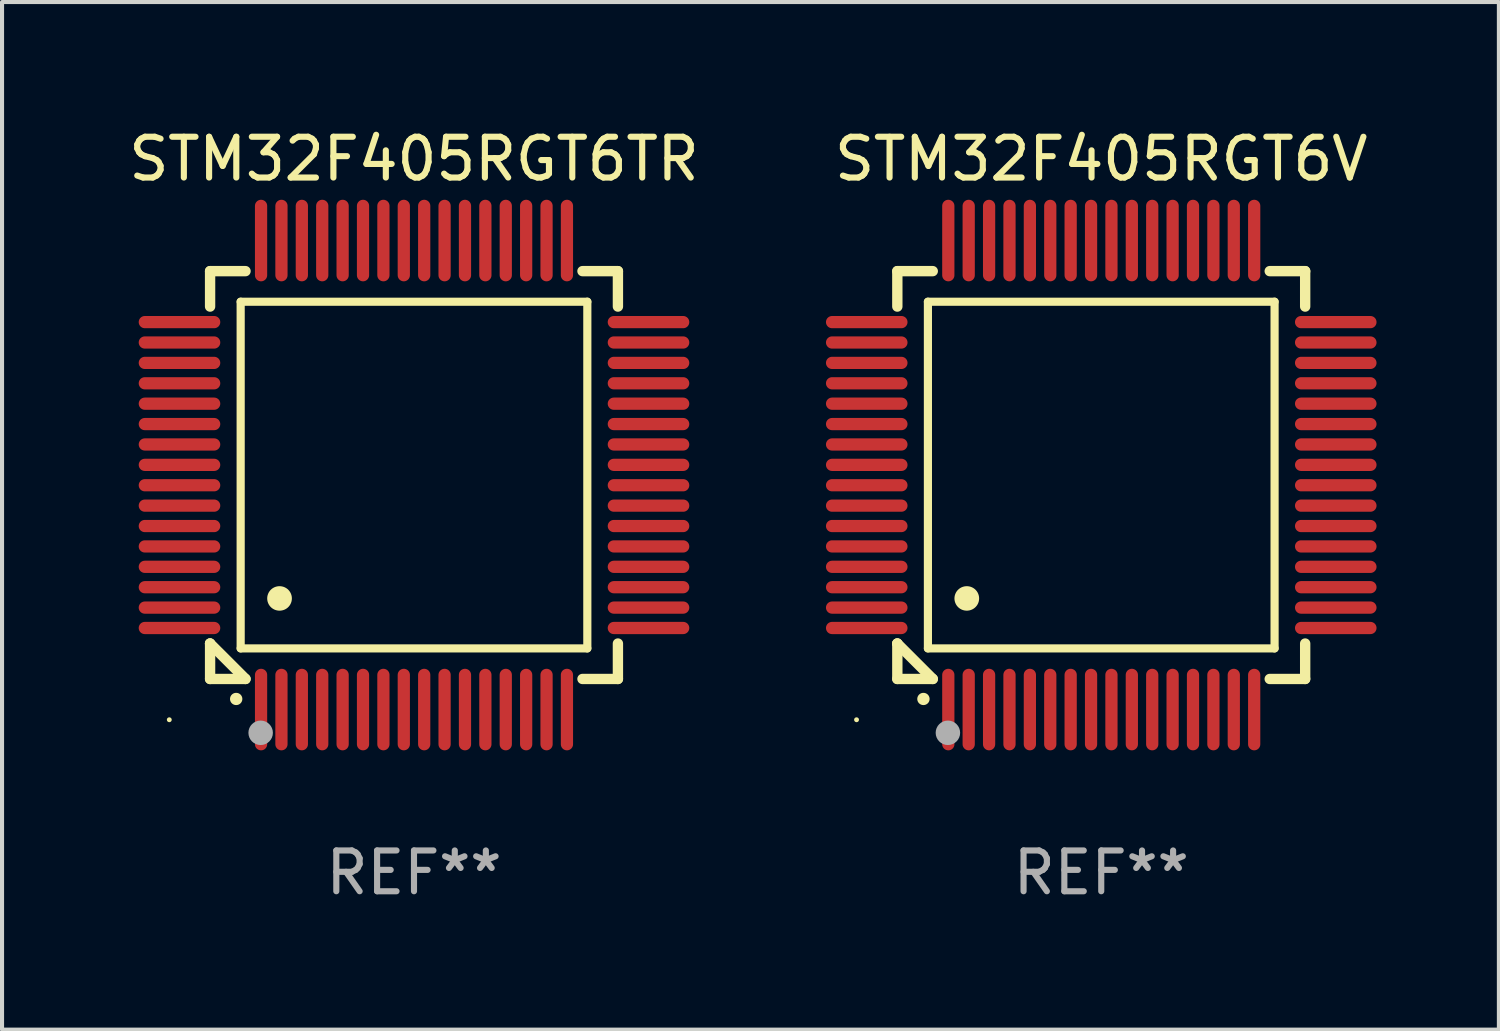
<source format=kicad_pcb>
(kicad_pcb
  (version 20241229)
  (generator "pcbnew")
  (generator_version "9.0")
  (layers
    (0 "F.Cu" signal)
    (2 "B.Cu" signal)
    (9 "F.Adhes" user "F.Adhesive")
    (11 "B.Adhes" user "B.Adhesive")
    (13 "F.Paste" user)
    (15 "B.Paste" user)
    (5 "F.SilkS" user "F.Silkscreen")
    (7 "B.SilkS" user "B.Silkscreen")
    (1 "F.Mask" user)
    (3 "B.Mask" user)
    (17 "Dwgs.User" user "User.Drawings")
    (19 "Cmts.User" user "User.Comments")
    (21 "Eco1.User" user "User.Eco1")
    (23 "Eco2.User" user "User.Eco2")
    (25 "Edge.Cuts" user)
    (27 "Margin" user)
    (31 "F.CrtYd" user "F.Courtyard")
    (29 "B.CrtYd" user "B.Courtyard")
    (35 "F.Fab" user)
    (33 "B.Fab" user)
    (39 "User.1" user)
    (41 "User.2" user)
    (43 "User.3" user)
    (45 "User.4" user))
  (footprint "STM32F405RGT6V"
    (layer "F.Cu")
    (at 23.952 8.598)
    (property "Reference" "STM32F405RGT6V" (at 0 -7.75 0) (layer "F.SilkS") (effects (font (size 1 1) (thickness 0.15))))
    (attr through_hole)
    (fp_line (start -5 -5) (end -4.131 -5) (stroke (width 0.254) (type solid)) (layer "F.SilkS"))
    (fp_line (start -5 -4.131) (end -5 -5) (stroke (width 0.254) (type solid)) (layer "F.SilkS"))
    (fp_line (start -5 4.131) (end -5 4.131) (stroke (width 0.254) (type solid)) (layer "F.SilkS"))
    (fp_line (start -5 5) (end -5 4.131) (stroke (width 0.254) (type solid)) (layer "F.SilkS"))
    (fp_line (start -5 4.131) (end -4.131 5) (stroke (width 0.254) (type solid)) (layer "F.SilkS"))
    (fp_line (start -4.25 -4.25) (end -4.25 4.25) (stroke (width 0.2) (type solid)) (layer "F.SilkS"))
    (fp_line (start -4.25 4.25) (end 4.25 4.25) (stroke (width 0.2) (type solid)) (layer "F.SilkS"))
    (fp_line (start -4.131 5) (end -5 5) (stroke (width 0.254) (type solid)) (layer "F.SilkS"))
    (fp_line (start 4.25 -4.25) (end -4.25 -4.25) (stroke (width 0.2) (type solid)) (layer "F.SilkS"))
    (fp_line (start 4.25 4.25) (end 4.25 -4.25) (stroke (width 0.2) (type solid)) (layer "F.SilkS"))
    (fp_line (start 5 -5) (end 4.131 -5) (stroke (width 0.254) (type solid)) (layer "F.SilkS"))
    (fp_line (start 5 -5) (end 5 -4.131) (stroke (width 0.254) (type solid)) (layer "F.SilkS"))
    (fp_line (start 5 4.131) (end 5 5) (stroke (width 0.254) (type solid)) (layer "F.SilkS"))
    (fp_line (start 5 5) (end 4.131 5) (stroke (width 0.254) (type solid)) (layer "F.SilkS"))
    (fp_arc (start -4.361265 5.489992) (mid -4.359995 5.489987) (end -4.358725 5.489992) (stroke (width 0.3) (type solid)) (layer "F.SilkS"))
    (fp_arc (start -3.299467 3.025146) (mid -3.296927 3.025135) (end -3.294387 3.025146) (stroke (width 0.6) (type solid)) (layer "F.SilkS"))
    (fp_circle (center -6 6) (end -5.97 6) (stroke (width 0.06) (type solid)) (fill no) (layer "F.SilkS"))
    (fp_circle (center -3.76 6.32) (end -3.61 6.32) (stroke (width 0.3) (type solid)) (fill no) (layer "F.Fab"))
    (fp_text user "REF**" (at 0 9.75 0) (layer "F.Fab") (effects (font (size 1 1) (thickness 0.15))))
    (pad "1" smd oval (at -3.75 5.75) (size 0.3 2) (layers "F.Cu" "F.Mask" "F.Paste"))
    (pad "2" smd oval (at -3.25 5.75) (size 0.3 2) (layers "F.Cu" "F.Mask" "F.Paste"))
    (pad "3" smd oval (at -2.75 5.75) (size 0.3 2) (layers "F.Cu" "F.Mask" "F.Paste"))
    (pad "4" smd oval (at -2.25 5.75) (size 0.3 2) (layers "F.Cu" "F.Mask" "F.Paste"))
    (pad "5" smd oval (at -1.75 5.75) (size 0.3 2) (layers "F.Cu" "F.Mask" "F.Paste"))
    (pad "6" smd oval (at -1.25 5.75) (size 0.3 2) (layers "F.Cu" "F.Mask" "F.Paste"))
    (pad "7" smd oval (at -0.75 5.75) (size 0.3 2) (layers "F.Cu" "F.Mask" "F.Paste"))
    (pad "8" smd oval (at -0.25 5.75) (size 0.3 2) (layers "F.Cu" "F.Mask" "F.Paste"))
    (pad "9" smd oval (at 0.25 5.75) (size 0.3 2) (layers "F.Cu" "F.Mask" "F.Paste"))
    (pad "10" smd oval (at 0.75 5.75) (size 0.3 2) (layers "F.Cu" "F.Mask" "F.Paste"))
    (pad "11" smd oval (at 1.25 5.75) (size 0.3 2) (layers "F.Cu" "F.Mask" "F.Paste"))
    (pad "12" smd oval (at 1.75 5.75) (size 0.3 2) (layers "F.Cu" "F.Mask" "F.Paste"))
    (pad "13" smd oval (at 2.25 5.75) (size 0.3 2) (layers "F.Cu" "F.Mask" "F.Paste"))
    (pad "14" smd oval (at 2.75 5.75) (size 0.3 2) (layers "F.Cu" "F.Mask" "F.Paste"))
    (pad "15" smd oval (at 3.25 5.75) (size 0.3 2) (layers "F.Cu" "F.Mask" "F.Paste"))
    (pad "16" smd oval (at 3.75 5.75) (size 0.3 2) (layers "F.Cu" "F.Mask" "F.Paste"))
    (pad "17" smd oval (at 5.75 3.75) (size 2 0.3) (layers "F.Cu" "F.Mask" "F.Paste"))
    (pad "18" smd oval (at 5.75 3.25) (size 2 0.3) (layers "F.Cu" "F.Mask" "F.Paste"))
    (pad "19" smd oval (at 5.75 2.75) (size 2 0.3) (layers "F.Cu" "F.Mask" "F.Paste"))
    (pad "20" smd oval (at 5.75 2.25) (size 2 0.3) (layers "F.Cu" "F.Mask" "F.Paste"))
    (pad "21" smd oval (at 5.75 1.75) (size 2 0.3) (layers "F.Cu" "F.Mask" "F.Paste"))
    (pad "22" smd oval (at 5.75 1.25) (size 2 0.3) (layers "F.Cu" "F.Mask" "F.Paste"))
    (pad "23" smd oval (at 5.75 0.75) (size 2 0.3) (layers "F.Cu" "F.Mask" "F.Paste"))
    (pad "24" smd oval (at 5.75 0.25) (size 2 0.3) (layers "F.Cu" "F.Mask" "F.Paste"))
    (pad "25" smd oval (at 5.75 -0.25) (size 2 0.3) (layers "F.Cu" "F.Mask" "F.Paste"))
    (pad "26" smd oval (at 5.75 -0.75) (size 2 0.3) (layers "F.Cu" "F.Mask" "F.Paste"))
    (pad "27" smd oval (at 5.75 -1.25) (size 2 0.3) (layers "F.Cu" "F.Mask" "F.Paste"))
    (pad "28" smd oval (at 5.75 -1.75) (size 2 0.3) (layers "F.Cu" "F.Mask" "F.Paste"))
    (pad "29" smd oval (at 5.75 -2.25) (size 2 0.3) (layers "F.Cu" "F.Mask" "F.Paste"))
    (pad "30" smd oval (at 5.75 -2.75) (size 2 0.3) (layers "F.Cu" "F.Mask" "F.Paste"))
    (pad "31" smd oval (at 5.75 -3.25) (size 2 0.3) (layers "F.Cu" "F.Mask" "F.Paste"))
    (pad "32" smd oval (at 5.75 -3.75) (size 2 0.3) (layers "F.Cu" "F.Mask" "F.Paste"))
    (pad "33" smd oval (at 3.75 -5.75) (size 0.3 2) (layers "F.Cu" "F.Mask" "F.Paste"))
    (pad "34" smd oval (at 3.25 -5.75) (size 0.3 2) (layers "F.Cu" "F.Mask" "F.Paste"))
    (pad "35" smd oval (at 2.75 -5.75) (size 0.3 2) (layers "F.Cu" "F.Mask" "F.Paste"))
    (pad "36" smd oval (at 2.25 -5.75) (size 0.3 2) (layers "F.Cu" "F.Mask" "F.Paste"))
    (pad "37" smd oval (at 1.75 -5.75) (size 0.3 2) (layers "F.Cu" "F.Mask" "F.Paste"))
    (pad "38" smd oval (at 1.25 -5.75) (size 0.3 2) (layers "F.Cu" "F.Mask" "F.Paste"))
    (pad "39" smd oval (at 0.75 -5.75) (size 0.3 2) (layers "F.Cu" "F.Mask" "F.Paste"))
    (pad "40" smd oval (at 0.25 -5.75) (size 0.3 2) (layers "F.Cu" "F.Mask" "F.Paste"))
    (pad "41" smd oval (at -0.25 -5.75) (size 0.3 2) (layers "F.Cu" "F.Mask" "F.Paste"))
    (pad "42" smd oval (at -0.75 -5.75) (size 0.3 2) (layers "F.Cu" "F.Mask" "F.Paste"))
    (pad "43" smd oval (at -1.25 -5.75) (size 0.3 2) (layers "F.Cu" "F.Mask" "F.Paste"))
    (pad "44" smd oval (at -1.75 -5.75) (size 0.3 2) (layers "F.Cu" "F.Mask" "F.Paste"))
    (pad "45" smd oval (at -2.25 -5.75) (size 0.3 2) (layers "F.Cu" "F.Mask" "F.Paste"))
    (pad "46" smd oval (at -2.75 -5.75) (size 0.3 2) (layers "F.Cu" "F.Mask" "F.Paste"))
    (pad "47" smd oval (at -3.25 -5.75) (size 0.3 2) (layers "F.Cu" "F.Mask" "F.Paste"))
    (pad "48" smd oval (at -3.75 -5.75) (size 0.3 2) (layers "F.Cu" "F.Mask" "F.Paste"))
    (pad "49" smd oval (at -5.75 -3.75) (size 2 0.3) (layers "F.Cu" "F.Mask" "F.Paste"))
    (pad "50" smd oval (at -5.75 -3.25) (size 2 0.3) (layers "F.Cu" "F.Mask" "F.Paste"))
    (pad "51" smd oval (at -5.75 -2.75) (size 2 0.3) (layers "F.Cu" "F.Mask" "F.Paste"))
    (pad "52" smd oval (at -5.75 -2.25) (size 2 0.3) (layers "F.Cu" "F.Mask" "F.Paste"))
    (pad "53" smd oval (at -5.75 -1.75) (size 2 0.3) (layers "F.Cu" "F.Mask" "F.Paste"))
    (pad "54" smd oval (at -5.75 -1.25) (size 2 0.3) (layers "F.Cu" "F.Mask" "F.Paste"))
    (pad "55" smd oval (at -5.75 -0.75) (size 2 0.3) (layers "F.Cu" "F.Mask" "F.Paste"))
    (pad "56" smd oval (at -5.75 -0.25) (size 2 0.3) (layers "F.Cu" "F.Mask" "F.Paste"))
    (pad "57" smd oval (at -5.75 0.25) (size 2 0.3) (layers "F.Cu" "F.Mask" "F.Paste"))
    (pad "58" smd oval (at -5.75 0.75) (size 2 0.3) (layers "F.Cu" "F.Mask" "F.Paste"))
    (pad "59" smd oval (at -5.75 1.25) (size 2 0.3) (layers "F.Cu" "F.Mask" "F.Paste"))
    (pad "60" smd oval (at -5.75 1.75) (size 2 0.3) (layers "F.Cu" "F.Mask" "F.Paste"))
    (pad "61" smd oval (at -5.75 2.25) (size 2 0.3) (layers "F.Cu" "F.Mask" "F.Paste"))
    (pad "62" smd oval (at -5.75 2.75) (size 2 0.3) (layers "F.Cu" "F.Mask" "F.Paste"))
    (pad "63" smd oval (at -5.75 3.25) (size 2 0.3) (layers "F.Cu" "F.Mask" "F.Paste"))
    (pad "64" smd oval (at -5.75 3.75) (size 2 0.3) (layers "F.Cu" "F.Mask" "F.Paste")))
  (footprint "STM32F405RGT6TR"
    (layer "F.Cu")
    (at 7.101 8.598)
    (property "Reference" "STM32F405RGT6TR" (at 0 -7.75 0) (layer "F.SilkS") (effects (font (size 1 1) (thickness 0.15))))
    (attr through_hole)
    (fp_line (start -5 -5) (end -4.131 -5) (stroke (width 0.254) (type solid)) (layer "F.SilkS"))
    (fp_line (start -5 -4.131) (end -5 -5) (stroke (width 0.254) (type solid)) (layer "F.SilkS"))
    (fp_line (start -5 4.131) (end -5 4.131) (stroke (width 0.254) (type solid)) (layer "F.SilkS"))
    (fp_line (start -5 5) (end -5 4.131) (stroke (width 0.254) (type solid)) (layer "F.SilkS"))
    (fp_line (start -5 4.131) (end -4.131 5) (stroke (width 0.254) (type solid)) (layer "F.SilkS"))
    (fp_line (start -4.25 -4.25) (end -4.25 4.25) (stroke (width 0.2) (type solid)) (layer "F.SilkS"))
    (fp_line (start -4.25 4.25) (end 4.25 4.25) (stroke (width 0.2) (type solid)) (layer "F.SilkS"))
    (fp_line (start -4.131 5) (end -5 5) (stroke (width 0.254) (type solid)) (layer "F.SilkS"))
    (fp_line (start 4.25 -4.25) (end -4.25 -4.25) (stroke (width 0.2) (type solid)) (layer "F.SilkS"))
    (fp_line (start 4.25 4.25) (end 4.25 -4.25) (stroke (width 0.2) (type solid)) (layer "F.SilkS"))
    (fp_line (start 5 -5) (end 4.131 -5) (stroke (width 0.254) (type solid)) (layer "F.SilkS"))
    (fp_line (start 5 -5) (end 5 -4.131) (stroke (width 0.254) (type solid)) (layer "F.SilkS"))
    (fp_line (start 5 4.131) (end 5 5) (stroke (width 0.254) (type solid)) (layer "F.SilkS"))
    (fp_line (start 5 5) (end 4.131 5) (stroke (width 0.254) (type solid)) (layer "F.SilkS"))
    (fp_arc (start -4.361265 5.489992) (mid -4.359995 5.489987) (end -4.358725 5.489992) (stroke (width 0.3) (type solid)) (layer "F.SilkS"))
    (fp_arc (start -3.299467 3.025146) (mid -3.296927 3.025135) (end -3.294387 3.025146) (stroke (width 0.6) (type solid)) (layer "F.SilkS"))
    (fp_circle (center -6 6) (end -5.97 6) (stroke (width 0.06) (type solid)) (fill no) (layer "F.SilkS"))
    (fp_circle (center -3.76 6.32) (end -3.61 6.32) (stroke (width 0.3) (type solid)) (fill no) (layer "F.Fab"))
    (fp_text user "REF**" (at 0 9.75 0) (layer "F.Fab") (effects (font (size 1 1) (thickness 0.15))))
    (pad "1" smd oval (at -3.75 5.75) (size 0.3 2) (layers "F.Cu" "F.Mask" "F.Paste"))
    (pad "2" smd oval (at -3.25 5.75) (size 0.3 2) (layers "F.Cu" "F.Mask" "F.Paste"))
    (pad "3" smd oval (at -2.75 5.75) (size 0.3 2) (layers "F.Cu" "F.Mask" "F.Paste"))
    (pad "4" smd oval (at -2.25 5.75) (size 0.3 2) (layers "F.Cu" "F.Mask" "F.Paste"))
    (pad "5" smd oval (at -1.75 5.75) (size 0.3 2) (layers "F.Cu" "F.Mask" "F.Paste"))
    (pad "6" smd oval (at -1.25 5.75) (size 0.3 2) (layers "F.Cu" "F.Mask" "F.Paste"))
    (pad "7" smd oval (at -0.75 5.75) (size 0.3 2) (layers "F.Cu" "F.Mask" "F.Paste"))
    (pad "8" smd oval (at -0.25 5.75) (size 0.3 2) (layers "F.Cu" "F.Mask" "F.Paste"))
    (pad "9" smd oval (at 0.25 5.75) (size 0.3 2) (layers "F.Cu" "F.Mask" "F.Paste"))
    (pad "10" smd oval (at 0.75 5.75) (size 0.3 2) (layers "F.Cu" "F.Mask" "F.Paste"))
    (pad "11" smd oval (at 1.25 5.75) (size 0.3 2) (layers "F.Cu" "F.Mask" "F.Paste"))
    (pad "12" smd oval (at 1.75 5.75) (size 0.3 2) (layers "F.Cu" "F.Mask" "F.Paste"))
    (pad "13" smd oval (at 2.25 5.75) (size 0.3 2) (layers "F.Cu" "F.Mask" "F.Paste"))
    (pad "14" smd oval (at 2.75 5.75) (size 0.3 2) (layers "F.Cu" "F.Mask" "F.Paste"))
    (pad "15" smd oval (at 3.25 5.75) (size 0.3 2) (layers "F.Cu" "F.Mask" "F.Paste"))
    (pad "16" smd oval (at 3.75 5.75) (size 0.3 2) (layers "F.Cu" "F.Mask" "F.Paste"))
    (pad "17" smd oval (at 5.75 3.75) (size 2 0.3) (layers "F.Cu" "F.Mask" "F.Paste"))
    (pad "18" smd oval (at 5.75 3.25) (size 2 0.3) (layers "F.Cu" "F.Mask" "F.Paste"))
    (pad "19" smd oval (at 5.75 2.75) (size 2 0.3) (layers "F.Cu" "F.Mask" "F.Paste"))
    (pad "20" smd oval (at 5.75 2.25) (size 2 0.3) (layers "F.Cu" "F.Mask" "F.Paste"))
    (pad "21" smd oval (at 5.75 1.75) (size 2 0.3) (layers "F.Cu" "F.Mask" "F.Paste"))
    (pad "22" smd oval (at 5.75 1.25) (size 2 0.3) (layers "F.Cu" "F.Mask" "F.Paste"))
    (pad "23" smd oval (at 5.75 0.75) (size 2 0.3) (layers "F.Cu" "F.Mask" "F.Paste"))
    (pad "24" smd oval (at 5.75 0.25) (size 2 0.3) (layers "F.Cu" "F.Mask" "F.Paste"))
    (pad "25" smd oval (at 5.75 -0.25) (size 2 0.3) (layers "F.Cu" "F.Mask" "F.Paste"))
    (pad "26" smd oval (at 5.75 -0.75) (size 2 0.3) (layers "F.Cu" "F.Mask" "F.Paste"))
    (pad "27" smd oval (at 5.75 -1.25) (size 2 0.3) (layers "F.Cu" "F.Mask" "F.Paste"))
    (pad "28" smd oval (at 5.75 -1.75) (size 2 0.3) (layers "F.Cu" "F.Mask" "F.Paste"))
    (pad "29" smd oval (at 5.75 -2.25) (size 2 0.3) (layers "F.Cu" "F.Mask" "F.Paste"))
    (pad "30" smd oval (at 5.75 -2.75) (size 2 0.3) (layers "F.Cu" "F.Mask" "F.Paste"))
    (pad "31" smd oval (at 5.75 -3.25) (size 2 0.3) (layers "F.Cu" "F.Mask" "F.Paste"))
    (pad "32" smd oval (at 5.75 -3.75) (size 2 0.3) (layers "F.Cu" "F.Mask" "F.Paste"))
    (pad "33" smd oval (at 3.75 -5.75) (size 0.3 2) (layers "F.Cu" "F.Mask" "F.Paste"))
    (pad "34" smd oval (at 3.25 -5.75) (size 0.3 2) (layers "F.Cu" "F.Mask" "F.Paste"))
    (pad "35" smd oval (at 2.75 -5.75) (size 0.3 2) (layers "F.Cu" "F.Mask" "F.Paste"))
    (pad "36" smd oval (at 2.25 -5.75) (size 0.3 2) (layers "F.Cu" "F.Mask" "F.Paste"))
    (pad "37" smd oval (at 1.75 -5.75) (size 0.3 2) (layers "F.Cu" "F.Mask" "F.Paste"))
    (pad "38" smd oval (at 1.25 -5.75) (size 0.3 2) (layers "F.Cu" "F.Mask" "F.Paste"))
    (pad "39" smd oval (at 0.75 -5.75) (size 0.3 2) (layers "F.Cu" "F.Mask" "F.Paste"))
    (pad "40" smd oval (at 0.25 -5.75) (size 0.3 2) (layers "F.Cu" "F.Mask" "F.Paste"))
    (pad "41" smd oval (at -0.25 -5.75) (size 0.3 2) (layers "F.Cu" "F.Mask" "F.Paste"))
    (pad "42" smd oval (at -0.75 -5.75) (size 0.3 2) (layers "F.Cu" "F.Mask" "F.Paste"))
    (pad "43" smd oval (at -1.25 -5.75) (size 0.3 2) (layers "F.Cu" "F.Mask" "F.Paste"))
    (pad "44" smd oval (at -1.75 -5.75) (size 0.3 2) (layers "F.Cu" "F.Mask" "F.Paste"))
    (pad "45" smd oval (at -2.25 -5.75) (size 0.3 2) (layers "F.Cu" "F.Mask" "F.Paste"))
    (pad "46" smd oval (at -2.75 -5.75) (size 0.3 2) (layers "F.Cu" "F.Mask" "F.Paste"))
    (pad "47" smd oval (at -3.25 -5.75) (size 0.3 2) (layers "F.Cu" "F.Mask" "F.Paste"))
    (pad "48" smd oval (at -3.75 -5.75) (size 0.3 2) (layers "F.Cu" "F.Mask" "F.Paste"))
    (pad "49" smd oval (at -5.75 -3.75) (size 2 0.3) (layers "F.Cu" "F.Mask" "F.Paste"))
    (pad "50" smd oval (at -5.75 -3.25) (size 2 0.3) (layers "F.Cu" "F.Mask" "F.Paste"))
    (pad "51" smd oval (at -5.75 -2.75) (size 2 0.3) (layers "F.Cu" "F.Mask" "F.Paste"))
    (pad "52" smd oval (at -5.75 -2.25) (size 2 0.3) (layers "F.Cu" "F.Mask" "F.Paste"))
    (pad "53" smd oval (at -5.75 -1.75) (size 2 0.3) (layers "F.Cu" "F.Mask" "F.Paste"))
    (pad "54" smd oval (at -5.75 -1.25) (size 2 0.3) (layers "F.Cu" "F.Mask" "F.Paste"))
    (pad "55" smd oval (at -5.75 -0.75) (size 2 0.3) (layers "F.Cu" "F.Mask" "F.Paste"))
    (pad "56" smd oval (at -5.75 -0.25) (size 2 0.3) (layers "F.Cu" "F.Mask" "F.Paste"))
    (pad "57" smd oval (at -5.75 0.25) (size 2 0.3) (layers "F.Cu" "F.Mask" "F.Paste"))
    (pad "58" smd oval (at -5.75 0.75) (size 2 0.3) (layers "F.Cu" "F.Mask" "F.Paste"))
    (pad "59" smd oval (at -5.75 1.25) (size 2 0.3) (layers "F.Cu" "F.Mask" "F.Paste"))
    (pad "60" smd oval (at -5.75 1.75) (size 2 0.3) (layers "F.Cu" "F.Mask" "F.Paste"))
    (pad "61" smd oval (at -5.75 2.25) (size 2 0.3) (layers "F.Cu" "F.Mask" "F.Paste"))
    (pad "62" smd oval (at -5.75 2.75) (size 2 0.3) (layers "F.Cu" "F.Mask" "F.Paste"))
    (pad "63" smd oval (at -5.75 3.25) (size 2 0.3) (layers "F.Cu" "F.Mask" "F.Paste"))
    (pad "64" smd oval (at -5.75 3.75) (size 2 0.3) (layers "F.Cu" "F.Mask" "F.Paste")))
  (gr_rect
    (start -3 -3)
    (end 33.702 22.196)
    (stroke (width 0.1) (type default))
    (fill no)
    (layer "Edge.Cuts")))
</source>
